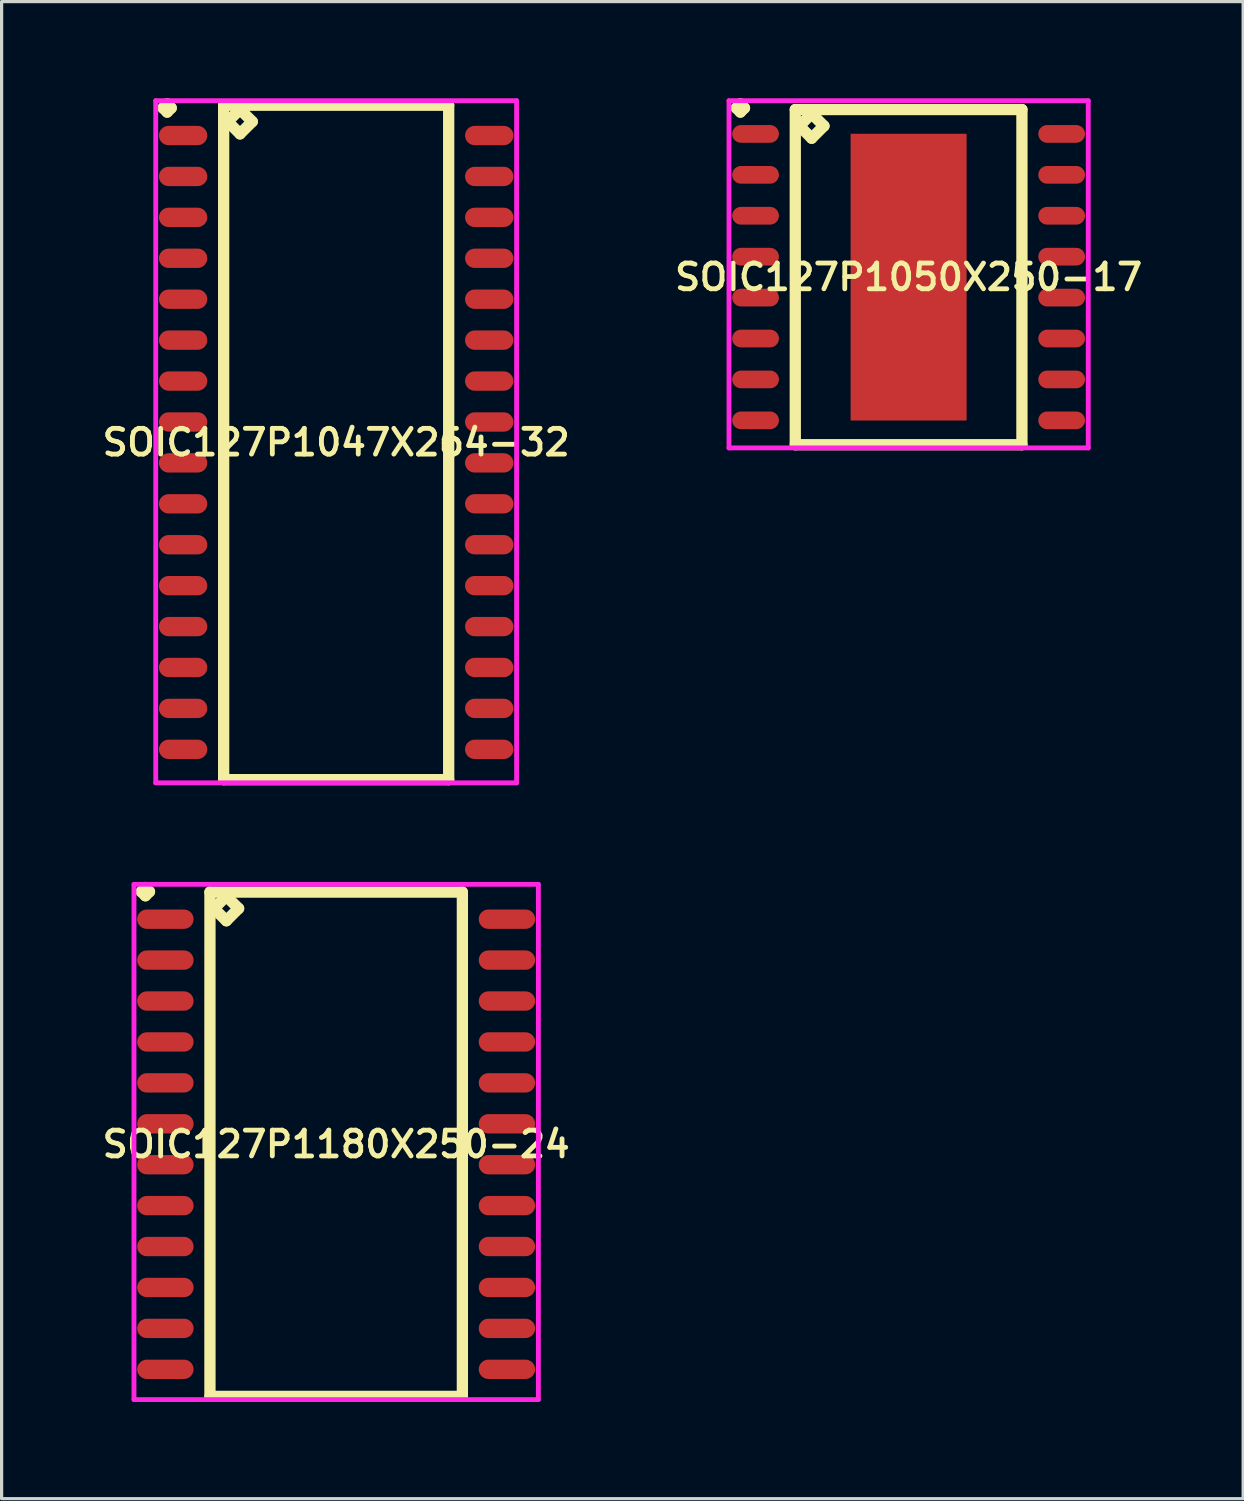
<source format=kicad_pcb>
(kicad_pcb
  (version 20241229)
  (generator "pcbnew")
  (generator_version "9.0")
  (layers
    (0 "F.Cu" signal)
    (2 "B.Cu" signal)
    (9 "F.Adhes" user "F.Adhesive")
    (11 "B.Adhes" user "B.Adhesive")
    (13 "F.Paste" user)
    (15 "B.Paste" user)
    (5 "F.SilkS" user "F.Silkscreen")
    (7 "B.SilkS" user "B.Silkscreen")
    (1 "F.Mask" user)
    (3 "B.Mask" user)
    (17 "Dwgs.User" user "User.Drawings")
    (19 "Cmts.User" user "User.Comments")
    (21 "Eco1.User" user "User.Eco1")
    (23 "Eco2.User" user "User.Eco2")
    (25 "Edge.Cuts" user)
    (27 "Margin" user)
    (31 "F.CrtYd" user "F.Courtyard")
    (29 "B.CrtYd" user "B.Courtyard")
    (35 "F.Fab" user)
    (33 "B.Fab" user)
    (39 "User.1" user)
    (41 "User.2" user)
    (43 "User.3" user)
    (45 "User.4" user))
  (footprint "SOIC127P1180X250-24"
    (layer "F.Cu")
    (at 7.383 32.462)
    (property "Reference" "SOIC127P1180X250-24" (at 0 0 0) (layer "F.SilkS") (effects (font (size 0.8 0.8) (thickness 0.15))))
    (attr smd)
    (fp_line (start -6.048 -7.839) (end -5.921 -7.966) (stroke (width 0.35) (type solid)) (layer "F.SilkS"))
    (fp_line (start -5.921 -7.966) (end -5.794 -7.839) (stroke (width 0.35) (type solid)) (layer "F.SilkS"))
    (fp_line (start -5.921 -7.712) (end -6.048 -7.839) (stroke (width 0.35) (type solid)) (layer "F.SilkS"))
    (fp_line (start -5.794 -7.839) (end -5.921 -7.712) (stroke (width 0.35) (type solid)) (layer "F.SilkS"))
    (fp_line (start -3.917 -7.825) (end -3.917 7.825) (stroke (width 0.35) (type solid)) (layer "F.SilkS"))
    (fp_line (start -3.917 7.825) (end 3.917 7.825) (stroke (width 0.35) (type solid)) (layer "F.SilkS"))
    (fp_line (start -3.79 -7.317) (end -3.409 -7.698) (stroke (width 0.35) (type solid)) (layer "F.SilkS"))
    (fp_line (start -3.409 -7.698) (end -3.028 -7.317) (stroke (width 0.35) (type solid)) (layer "F.SilkS"))
    (fp_line (start -3.409 -6.936) (end -3.79 -7.317) (stroke (width 0.35) (type solid)) (layer "F.SilkS"))
    (fp_line (start -3.028 -7.317) (end -3.409 -6.936) (stroke (width 0.35) (type solid)) (layer "F.SilkS"))
    (fp_line (start 3.917 -7.825) (end -3.917 -7.825) (stroke (width 0.35) (type solid)) (layer "F.SilkS"))
    (fp_line (start 3.917 7.825) (end 3.917 -7.825) (stroke (width 0.35) (type solid)) (layer "F.SilkS"))
    (fp_line (start -6.275 -8.066) (end 6.275 -8.066) (stroke (width 0.15) (type solid)) (layer "F.CrtYd"))
    (fp_line (start -6.275 7.925) (end -6.275 -8.066) (stroke (width 0.15) (type solid)) (layer "F.CrtYd"))
    (fp_line (start 6.275 -8.066) (end 6.275 7.925) (stroke (width 0.15) (type solid)) (layer "F.CrtYd"))
    (fp_line (start 6.275 7.925) (end -6.275 7.925) (stroke (width 0.15) (type solid)) (layer "F.CrtYd"))
    (pad "1" smd oval (at -5.3 -6.985) (size 1.75 0.6) (layers "F.Cu" "F.Mask" "F.Paste"))
    (pad "2" smd oval (at -5.3 -5.715) (size 1.75 0.6) (layers "F.Cu" "F.Mask" "F.Paste"))
    (pad "3" smd oval (at -5.3 -4.445) (size 1.75 0.6) (layers "F.Cu" "F.Mask" "F.Paste"))
    (pad "4" smd oval (at -5.3 -3.175) (size 1.75 0.6) (layers "F.Cu" "F.Mask" "F.Paste"))
    (pad "5" smd oval (at -5.3 -1.905) (size 1.75 0.6) (layers "F.Cu" "F.Mask" "F.Paste"))
    (pad "6" smd oval (at -5.3 -0.635) (size 1.75 0.6) (layers "F.Cu" "F.Mask" "F.Paste"))
    (pad "7" smd oval (at -5.3 0.635) (size 1.75 0.6) (layers "F.Cu" "F.Mask" "F.Paste"))
    (pad "8" smd oval (at -5.3 1.905) (size 1.75 0.6) (layers "F.Cu" "F.Mask" "F.Paste"))
    (pad "9" smd oval (at -5.3 3.175) (size 1.75 0.6) (layers "F.Cu" "F.Mask" "F.Paste"))
    (pad "10" smd oval (at -5.3 4.445) (size 1.75 0.6) (layers "F.Cu" "F.Mask" "F.Paste"))
    (pad "11" smd oval (at -5.3 5.715) (size 1.75 0.6) (layers "F.Cu" "F.Mask" "F.Paste"))
    (pad "12" smd oval (at -5.3 6.985) (size 1.75 0.6) (layers "F.Cu" "F.Mask" "F.Paste"))
    (pad "13" smd oval (at 5.3 6.985) (size 1.75 0.6) (layers "F.Cu" "F.Mask" "F.Paste"))
    (pad "14" smd oval (at 5.3 5.715) (size 1.75 0.6) (layers "F.Cu" "F.Mask" "F.Paste"))
    (pad "15" smd oval (at 5.3 4.445) (size 1.75 0.6) (layers "F.Cu" "F.Mask" "F.Paste"))
    (pad "16" smd oval (at 5.3 3.175) (size 1.75 0.6) (layers "F.Cu" "F.Mask" "F.Paste"))
    (pad "17" smd oval (at 5.3 1.905) (size 1.75 0.6) (layers "F.Cu" "F.Mask" "F.Paste"))
    (pad "18" smd oval (at 5.3 0.635) (size 1.75 0.6) (layers "F.Cu" "F.Mask" "F.Paste"))
    (pad "19" smd oval (at 5.3 -0.635) (size 1.75 0.6) (layers "F.Cu" "F.Mask" "F.Paste"))
    (pad "20" smd oval (at 5.3 -1.905) (size 1.75 0.6) (layers "F.Cu" "F.Mask" "F.Paste"))
    (pad "21" smd oval (at 5.3 -3.175) (size 1.75 0.6) (layers "F.Cu" "F.Mask" "F.Paste"))
    (pad "22" smd oval (at 5.3 -4.445) (size 1.75 0.6) (layers "F.Cu" "F.Mask" "F.Paste"))
    (pad "23" smd oval (at 5.3 -5.715) (size 1.75 0.6) (layers "F.Cu" "F.Mask" "F.Paste"))
    (pad "24" smd oval (at 5.3 -6.985) (size 1.75 0.6) (layers "F.Cu" "F.Mask" "F.Paste")))
  (footprint "SOIC127P1050X250-17"
    (layer "F.Cu")
    (at 25.149 5.551)
    (property "Reference" "SOIC127P1050X250-17" (at 0 0 0) (layer "F.SilkS") (effects (font (size 0.8 0.8) (thickness 0.15))))
    (attr smd)
    (fp_line (start -5.348 -5.249) (end -5.221 -5.376) (stroke (width 0.35) (type solid)) (layer "F.SilkS"))
    (fp_line (start -5.221 -5.376) (end -5.094 -5.249) (stroke (width 0.35) (type solid)) (layer "F.SilkS"))
    (fp_line (start -5.221 -5.122) (end -5.348 -5.249) (stroke (width 0.35) (type solid)) (layer "F.SilkS"))
    (fp_line (start -5.094 -5.249) (end -5.221 -5.122) (stroke (width 0.35) (type solid)) (layer "F.SilkS"))
    (fp_line (start -3.517 -5.2) (end -3.517 5.2) (stroke (width 0.35) (type solid)) (layer "F.SilkS"))
    (fp_line (start -3.517 5.2) (end 3.517 5.2) (stroke (width 0.35) (type solid)) (layer "F.SilkS"))
    (fp_line (start -3.39 -4.692) (end -3.009 -5.073) (stroke (width 0.35) (type solid)) (layer "F.SilkS"))
    (fp_line (start -3.009 -5.073) (end -2.628 -4.692) (stroke (width 0.35) (type solid)) (layer "F.SilkS"))
    (fp_line (start -3.009 -4.311) (end -3.39 -4.692) (stroke (width 0.35) (type solid)) (layer "F.SilkS"))
    (fp_line (start -2.628 -4.692) (end -3.009 -4.311) (stroke (width 0.35) (type solid)) (layer "F.SilkS"))
    (fp_line (start 3.517 -5.2) (end -3.517 -5.2) (stroke (width 0.35) (type solid)) (layer "F.SilkS"))
    (fp_line (start 3.517 5.2) (end 3.517 -5.2) (stroke (width 0.35) (type solid)) (layer "F.SilkS"))
    (fp_line (start -5.575 -5.476) (end 5.575 -5.476) (stroke (width 0.15) (type solid)) (layer "F.CrtYd"))
    (fp_line (start -5.575 5.3) (end -5.575 -5.476) (stroke (width 0.15) (type solid)) (layer "F.CrtYd"))
    (fp_line (start 5.575 -5.476) (end 5.575 5.3) (stroke (width 0.15) (type solid)) (layer "F.CrtYd"))
    (fp_line (start 5.575 5.3) (end -5.575 5.3) (stroke (width 0.15) (type solid)) (layer "F.CrtYd"))
    (pad "1" smd oval (at -4.75 -4.445) (size 1.45 0.55) (layers "F.Cu" "F.Mask" "F.Paste"))
    (pad "2" smd oval (at -4.75 -3.175) (size 1.45 0.55) (layers "F.Cu" "F.Mask" "F.Paste"))
    (pad "3" smd oval (at -4.75 -1.905) (size 1.45 0.55) (layers "F.Cu" "F.Mask" "F.Paste"))
    (pad "4" smd oval (at -4.75 -0.635) (size 1.45 0.55) (layers "F.Cu" "F.Mask" "F.Paste"))
    (pad "5" smd oval (at -4.75 0.635) (size 1.45 0.55) (layers "F.Cu" "F.Mask" "F.Paste"))
    (pad "6" smd oval (at -4.75 1.905) (size 1.45 0.55) (layers "F.Cu" "F.Mask" "F.Paste"))
    (pad "7" smd oval (at -4.75 3.175) (size 1.45 0.55) (layers "F.Cu" "F.Mask" "F.Paste"))
    (pad "8" smd oval (at -4.75 4.445) (size 1.45 0.55) (layers "F.Cu" "F.Mask" "F.Paste"))
    (pad "9" smd oval (at 4.75 4.445) (size 1.45 0.55) (layers "F.Cu" "F.Mask" "F.Paste"))
    (pad "10" smd oval (at 4.75 3.175) (size 1.45 0.55) (layers "F.Cu" "F.Mask" "F.Paste"))
    (pad "11" smd oval (at 4.75 1.905) (size 1.45 0.55) (layers "F.Cu" "F.Mask" "F.Paste"))
    (pad "12" smd oval (at 4.75 0.635) (size 1.45 0.55) (layers "F.Cu" "F.Mask" "F.Paste"))
    (pad "13" smd oval (at 4.75 -0.635) (size 1.45 0.55) (layers "F.Cu" "F.Mask" "F.Paste"))
    (pad "14" smd oval (at 4.75 -1.905) (size 1.45 0.55) (layers "F.Cu" "F.Mask" "F.Paste"))
    (pad "15" smd oval (at 4.75 -3.175) (size 1.45 0.55) (layers "F.Cu" "F.Mask" "F.Paste"))
    (pad "16" smd oval (at 4.75 -4.445) (size 1.45 0.55) (layers "F.Cu" "F.Mask" "F.Paste"))
    (pad "17" smd rect (at 0 0) (size 3.6 8.9) (layers "F.Cu" "F.Mask" "F.Paste")))
  (footprint "SOIC127P1047X264-32"
    (layer "F.Cu")
    (at 7.383 10.681)
    (property "Reference" "SOIC127P1047X264-32" (at 0 0 0) (layer "F.SilkS") (effects (font (size 0.8 0.8) (thickness 0.15))))
    (attr smd)
    (fp_line (start -5.373 -10.379) (end -5.246 -10.506) (stroke (width 0.35) (type solid)) (layer "F.SilkS"))
    (fp_line (start -5.246 -10.506) (end -5.119 -10.379) (stroke (width 0.35) (type solid)) (layer "F.SilkS"))
    (fp_line (start -5.246 -10.252) (end -5.373 -10.379) (stroke (width 0.35) (type solid)) (layer "F.SilkS"))
    (fp_line (start -5.119 -10.379) (end -5.246 -10.252) (stroke (width 0.35) (type solid)) (layer "F.SilkS"))
    (fp_line (start -3.492 -10.465) (end -3.492 10.465) (stroke (width 0.35) (type solid)) (layer "F.SilkS"))
    (fp_line (start -3.492 10.465) (end 3.492 10.465) (stroke (width 0.35) (type solid)) (layer "F.SilkS"))
    (fp_line (start -3.365 -9.957) (end -2.984 -10.338) (stroke (width 0.35) (type solid)) (layer "F.SilkS"))
    (fp_line (start -2.984 -10.338) (end -2.603 -9.957) (stroke (width 0.35) (type solid)) (layer "F.SilkS"))
    (fp_line (start -2.984 -9.576) (end -3.365 -9.957) (stroke (width 0.35) (type solid)) (layer "F.SilkS"))
    (fp_line (start -2.603 -9.957) (end -2.984 -9.576) (stroke (width 0.35) (type solid)) (layer "F.SilkS"))
    (fp_line (start 3.492 -10.465) (end -3.492 -10.465) (stroke (width 0.35) (type solid)) (layer "F.SilkS"))
    (fp_line (start 3.492 10.465) (end 3.492 -10.465) (stroke (width 0.35) (type solid)) (layer "F.SilkS"))
    (fp_line (start -5.6 -10.606) (end 5.6 -10.606) (stroke (width 0.15) (type solid)) (layer "F.CrtYd"))
    (fp_line (start -5.6 10.565) (end -5.6 -10.606) (stroke (width 0.15) (type solid)) (layer "F.CrtYd"))
    (fp_line (start 5.6 -10.606) (end 5.6 10.565) (stroke (width 0.15) (type solid)) (layer "F.CrtYd"))
    (fp_line (start 5.6 10.565) (end -5.6 10.565) (stroke (width 0.15) (type solid)) (layer "F.CrtYd"))
    (pad "1" smd oval (at -4.75 -9.525) (size 1.5 0.6) (layers "F.Cu" "F.Mask" "F.Paste"))
    (pad "2" smd oval (at -4.75 -8.255) (size 1.5 0.6) (layers "F.Cu" "F.Mask" "F.Paste"))
    (pad "3" smd oval (at -4.75 -6.985) (size 1.5 0.6) (layers "F.Cu" "F.Mask" "F.Paste"))
    (pad "4" smd oval (at -4.75 -5.715) (size 1.5 0.6) (layers "F.Cu" "F.Mask" "F.Paste"))
    (pad "5" smd oval (at -4.75 -4.445) (size 1.5 0.6) (layers "F.Cu" "F.Mask" "F.Paste"))
    (pad "6" smd oval (at -4.75 -3.175) (size 1.5 0.6) (layers "F.Cu" "F.Mask" "F.Paste"))
    (pad "7" smd oval (at -4.75 -1.905) (size 1.5 0.6) (layers "F.Cu" "F.Mask" "F.Paste"))
    (pad "8" smd oval (at -4.75 -0.635) (size 1.5 0.6) (layers "F.Cu" "F.Mask" "F.Paste"))
    (pad "9" smd oval (at -4.75 0.635) (size 1.5 0.6) (layers "F.Cu" "F.Mask" "F.Paste"))
    (pad "10" smd oval (at -4.75 1.905) (size 1.5 0.6) (layers "F.Cu" "F.Mask" "F.Paste"))
    (pad "11" smd oval (at -4.75 3.175) (size 1.5 0.6) (layers "F.Cu" "F.Mask" "F.Paste"))
    (pad "12" smd oval (at -4.75 4.445) (size 1.5 0.6) (layers "F.Cu" "F.Mask" "F.Paste"))
    (pad "13" smd oval (at -4.75 5.715) (size 1.5 0.6) (layers "F.Cu" "F.Mask" "F.Paste"))
    (pad "14" smd oval (at -4.75 6.985) (size 1.5 0.6) (layers "F.Cu" "F.Mask" "F.Paste"))
    (pad "15" smd oval (at -4.75 8.255) (size 1.5 0.6) (layers "F.Cu" "F.Mask" "F.Paste"))
    (pad "16" smd oval (at -4.75 9.525) (size 1.5 0.6) (layers "F.Cu" "F.Mask" "F.Paste"))
    (pad "17" smd oval (at 4.75 9.525) (size 1.5 0.6) (layers "F.Cu" "F.Mask" "F.Paste"))
    (pad "18" smd oval (at 4.75 8.255) (size 1.5 0.6) (layers "F.Cu" "F.Mask" "F.Paste"))
    (pad "19" smd oval (at 4.75 6.985) (size 1.5 0.6) (layers "F.Cu" "F.Mask" "F.Paste"))
    (pad "20" smd oval (at 4.75 5.715) (size 1.5 0.6) (layers "F.Cu" "F.Mask" "F.Paste"))
    (pad "21" smd oval (at 4.75 4.445) (size 1.5 0.6) (layers "F.Cu" "F.Mask" "F.Paste"))
    (pad "22" smd oval (at 4.75 3.175) (size 1.5 0.6) (layers "F.Cu" "F.Mask" "F.Paste"))
    (pad "23" smd oval (at 4.75 1.905) (size 1.5 0.6) (layers "F.Cu" "F.Mask" "F.Paste"))
    (pad "24" smd oval (at 4.75 0.635) (size 1.5 0.6) (layers "F.Cu" "F.Mask" "F.Paste"))
    (pad "25" smd oval (at 4.75 -0.635) (size 1.5 0.6) (layers "F.Cu" "F.Mask" "F.Paste"))
    (pad "26" smd oval (at 4.75 -1.905) (size 1.5 0.6) (layers "F.Cu" "F.Mask" "F.Paste"))
    (pad "27" smd oval (at 4.75 -3.175) (size 1.5 0.6) (layers "F.Cu" "F.Mask" "F.Paste"))
    (pad "28" smd oval (at 4.75 -4.445) (size 1.5 0.6) (layers "F.Cu" "F.Mask" "F.Paste"))
    (pad "29" smd oval (at 4.75 -5.715) (size 1.5 0.6) (layers "F.Cu" "F.Mask" "F.Paste"))
    (pad "30" smd oval (at 4.75 -6.985) (size 1.5 0.6) (layers "F.Cu" "F.Mask" "F.Paste"))
    (pad "31" smd oval (at 4.75 -8.255) (size 1.5 0.6) (layers "F.Cu" "F.Mask" "F.Paste"))
    (pad "32" smd oval (at 4.75 -9.525) (size 1.5 0.6) (layers "F.Cu" "F.Mask" "F.Paste")))
  (gr_rect
    (start -3 -3)
    (end 35.532 43.462)
    (stroke (width 0.1) (type default))
    (fill no)
    (layer "Edge.Cuts")))
</source>
